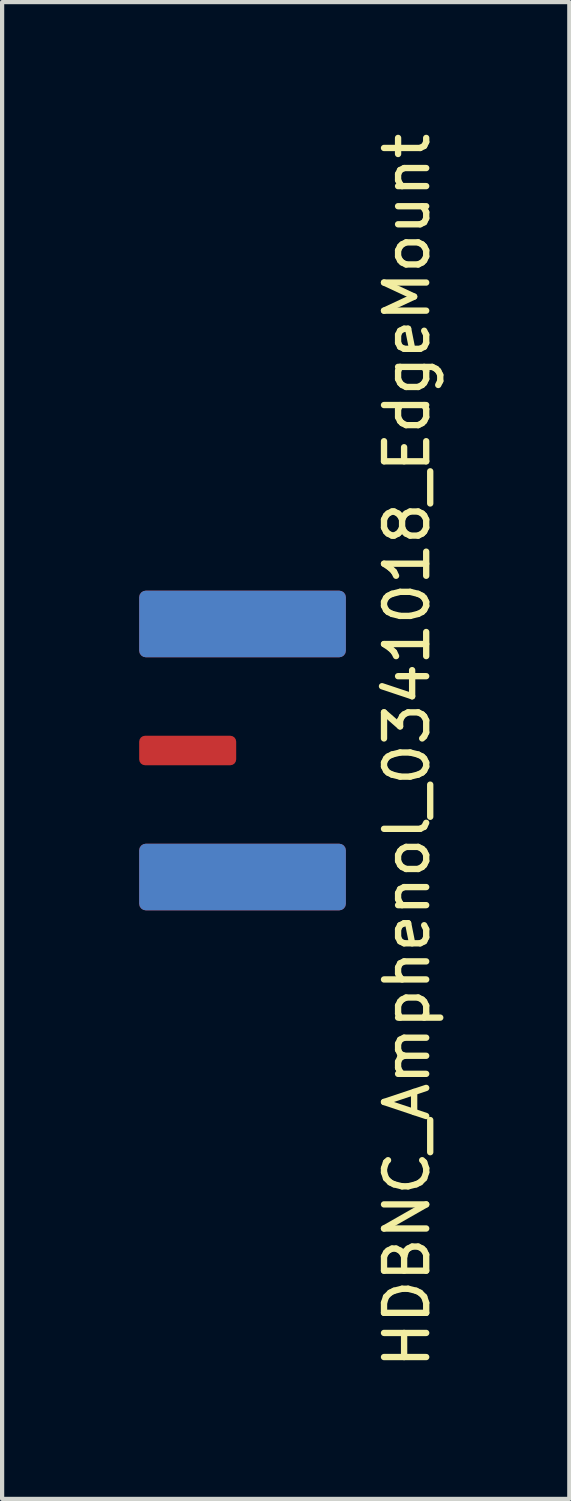
<source format=kicad_pcb>
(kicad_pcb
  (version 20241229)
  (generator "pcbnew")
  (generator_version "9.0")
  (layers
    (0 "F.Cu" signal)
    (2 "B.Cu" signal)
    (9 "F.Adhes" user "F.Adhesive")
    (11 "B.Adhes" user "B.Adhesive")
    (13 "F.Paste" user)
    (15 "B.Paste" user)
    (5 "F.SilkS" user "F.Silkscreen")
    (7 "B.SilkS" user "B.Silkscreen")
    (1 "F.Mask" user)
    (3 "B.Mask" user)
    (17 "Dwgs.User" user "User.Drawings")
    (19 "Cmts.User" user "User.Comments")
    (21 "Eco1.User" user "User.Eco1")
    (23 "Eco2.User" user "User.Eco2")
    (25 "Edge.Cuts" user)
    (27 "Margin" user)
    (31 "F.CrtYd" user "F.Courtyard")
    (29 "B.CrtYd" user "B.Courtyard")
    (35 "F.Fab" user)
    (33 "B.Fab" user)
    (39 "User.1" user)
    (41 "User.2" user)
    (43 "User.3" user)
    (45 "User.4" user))
  (footprint "HDBNC_Amphenol_0341018_EdgeMount"
    (layer "F.Cu")
    (at 0.25 14.744)
    (property "Reference" "HDBNC_Amphenol_0341018_EdgeMount" (at 6.35 0 90) (layer "F.SilkS") (effects (font (size 1 1) (thickness 0.15))))
    (attr through_hole)
    (pad "1" smd roundrect (at 1.15 0) (size 2.3 0.7) (layers "F.Cu" "F.Mask" "F.Paste") (roundrect_rratio 0.2))
    (pad "2" smd roundrect (at 2.45 -3) (size 4.9 1.58) (layers "F.Cu" "F.Mask" "F.Paste") (roundrect_rratio 0.1))
    (pad "2" smd roundrect (at 2.45 -3) (size 4.9 1.58) (layers "B.Cu" "B.Mask" "B.Paste") (roundrect_rratio 0.1))
    (pad "2" smd roundrect (at 2.45 3) (size 4.9 1.58) (layers "F.Cu" "F.Mask" "F.Paste") (roundrect_rratio 0.1))
    (pad "2" smd roundrect (at 2.45 3) (size 4.9 1.58) (layers "B.Cu" "B.Mask" "B.Paste") (roundrect_rratio 0.1)))
  (gr_rect
    (start -3 -3)
    (end 10.448 32.488)
    (stroke (width 0.1) (type default))
    (fill no)
    (layer "Edge.Cuts")))
</source>
